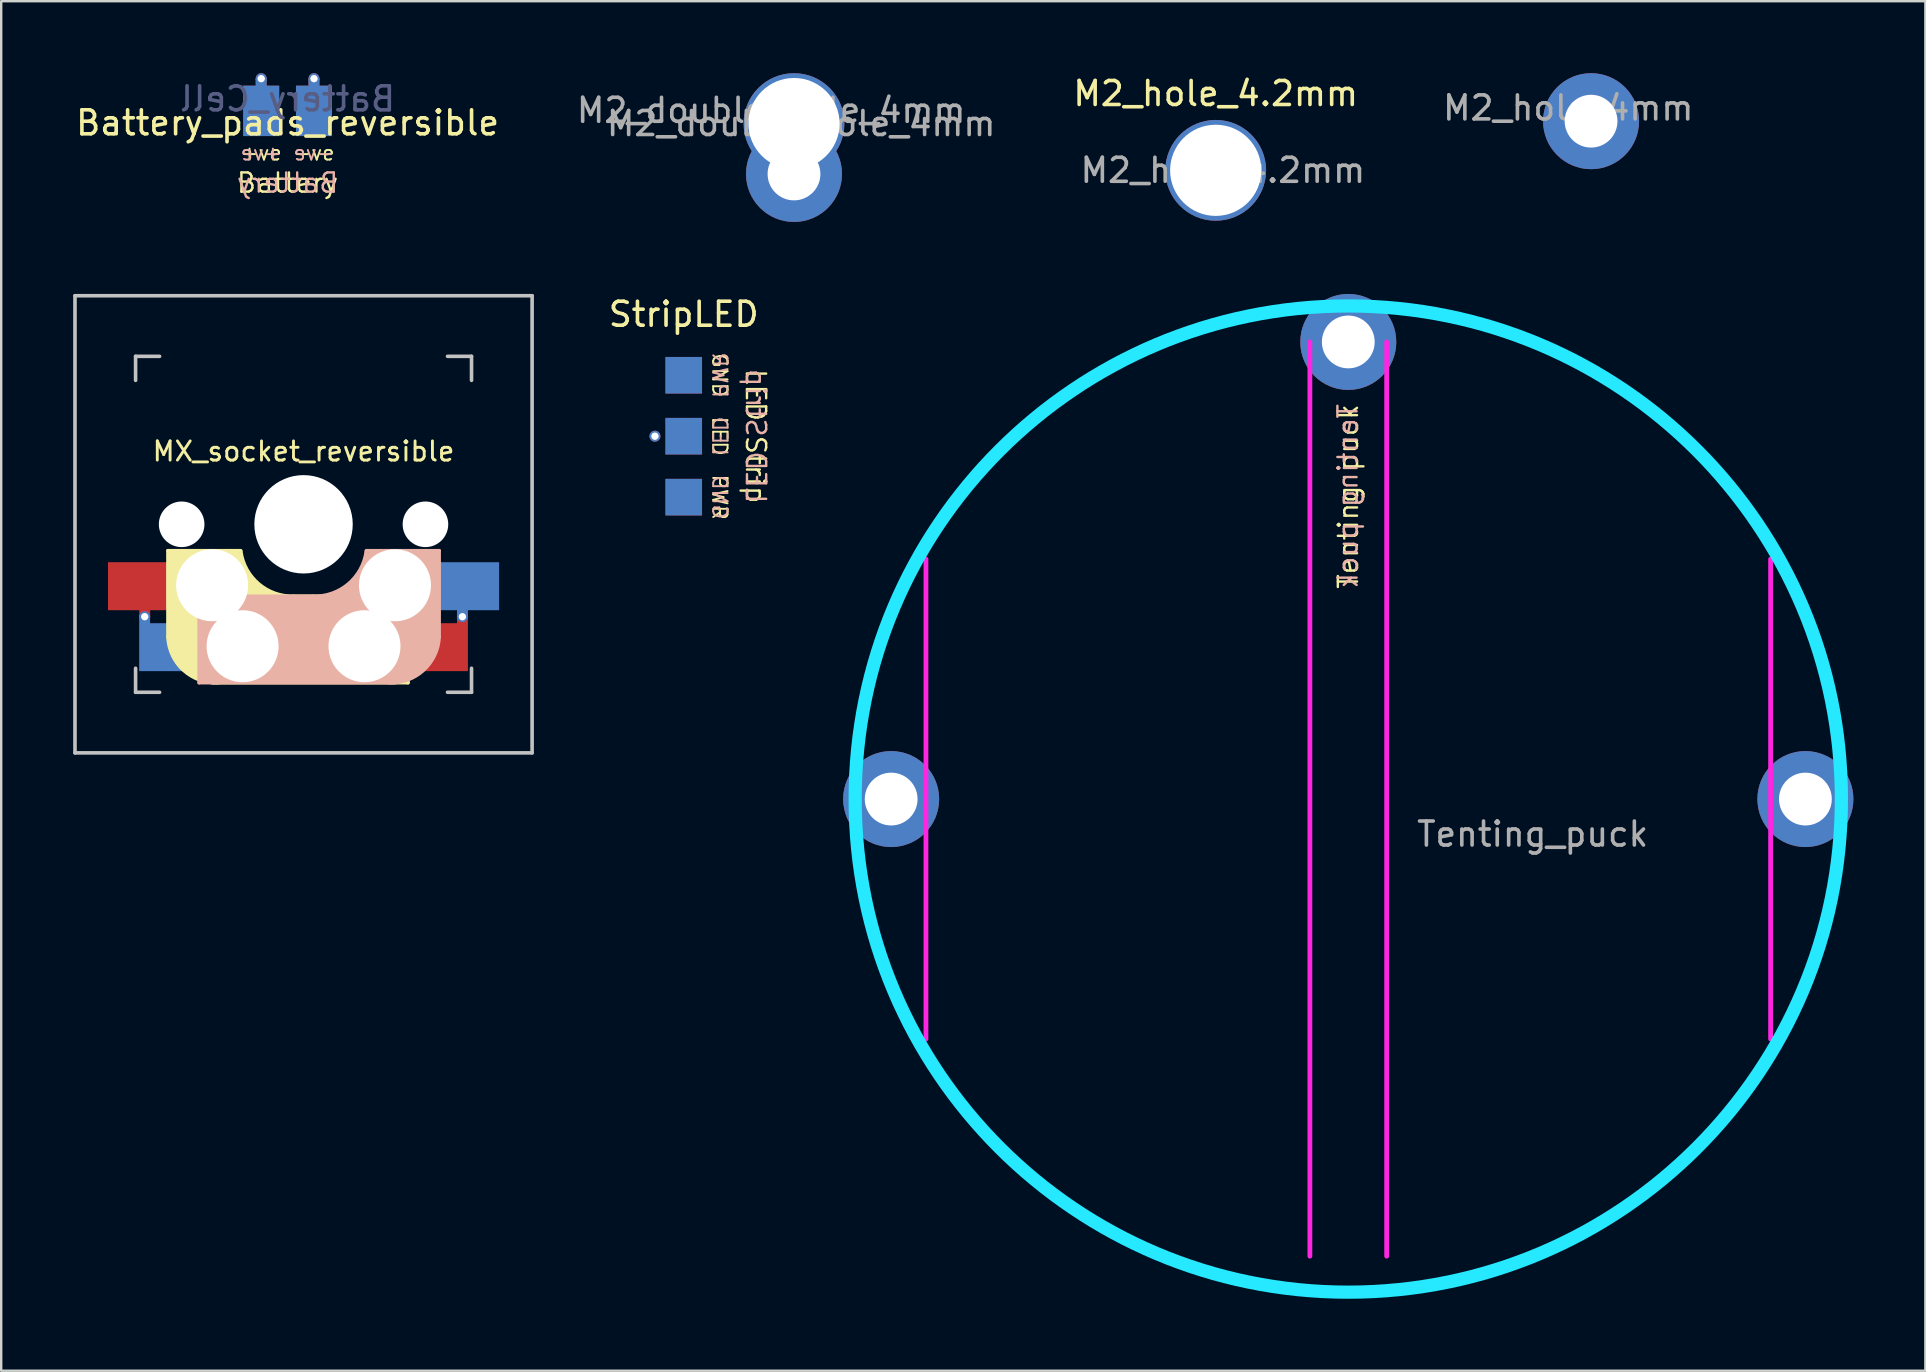
<source format=kicad_pcb>
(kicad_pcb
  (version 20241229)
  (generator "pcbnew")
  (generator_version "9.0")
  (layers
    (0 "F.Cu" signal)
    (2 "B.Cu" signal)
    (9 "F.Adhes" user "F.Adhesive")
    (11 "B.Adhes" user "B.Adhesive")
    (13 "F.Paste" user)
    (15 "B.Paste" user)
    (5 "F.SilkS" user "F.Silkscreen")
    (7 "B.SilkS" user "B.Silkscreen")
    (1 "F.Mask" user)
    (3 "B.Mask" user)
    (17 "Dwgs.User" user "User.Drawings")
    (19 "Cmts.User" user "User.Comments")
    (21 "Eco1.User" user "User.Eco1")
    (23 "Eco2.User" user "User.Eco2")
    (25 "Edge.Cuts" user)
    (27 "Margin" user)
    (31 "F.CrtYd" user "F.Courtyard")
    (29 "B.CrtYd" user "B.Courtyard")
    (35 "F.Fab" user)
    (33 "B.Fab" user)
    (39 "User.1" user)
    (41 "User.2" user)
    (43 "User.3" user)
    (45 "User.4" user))
  (footprint "M2_hole_4.2mm"
    (layer "F.Cu")
    (at 47.613 4.048)
    (property "Reference" "M2_hole_4.2mm" (at 0 -3.2 0) (layer "F.SilkS") (effects (font (size 1 1) (thickness 0.15))))
    (fp_text user "${REFERENCE}" (at 0.3 0 0) (layer "F.Fab") (effects (font (size 1 1) (thickness 0.15))))
    (pad "" thru_hole circle (at 0 0) (size 4.2 4.2) (drill 3.8) (layers "*.Cu" "*.Mask")))
  (footprint "M2_hole_4mm"
    (layer "F.Cu")
    (at 63.256 2)
    (property "Reference" "M2_hole_4mm" (at -0.95 -0.55 0) (layer "F.Fab") (effects (font (size 1 1) (thickness 0.15))))
    (attr exclude_from_pos_files exclude_from_bom)
    (pad "" thru_hole circle (at 0 0) (size 4 4) (drill 2.2) (layers "*.Cu" "*.Mask")))
  (footprint "M2_double_hole_4mm"
    (layer "F.Cu")
    (at 30.039 2.1)
    (property "Reference" "M2_double_hole_4mm" (at -0.95 -0.55 0) (layer "F.Fab") (effects (font (size 1 1) (thickness 0.15))))
    (attr exclude_from_pos_files exclude_from_bom)
    (fp_text user "${REFERENCE}" (at 0.3 0 0) (layer "F.Fab") (effects (font (size 1 1) (thickness 0.15))))
    (pad "" thru_hole circle (at 0 0) (size 4.2 4.2) (drill 3.8) (layers "*.Cu" "*.Mask"))
    (pad "" thru_hole circle (at 0 2.1) (size 4 4) (drill 2.2) (layers "*.Cu" "*.Mask")))
  (footprint "Battery_pads_reversible"
    (layer "F.Cu")
    (at 8.935 1.57)
    (property "Reference" "Battery_pads_reversible" (at 0 0.5 180) (layer "F.SilkS") (effects (font (size 1 1) (thickness 0.15))))
    (fp_poly (pts (xy -0.401 -1) (xy -0.401 1) (xy -1.801 1) (xy -1.801 -1)) (stroke (width 0.1) (type solid)) (fill yes) (layer "F.Mask"))
    (fp_poly (pts (xy 1.8 -1) (xy 1.8 1) (xy 0.4 1) (xy 0.4 -1)) (stroke (width 0.1) (type solid)) (fill yes) (layer "F.Mask"))
    (fp_poly (pts (xy -1.8 -1) (xy -1.8 1) (xy -0.4 1) (xy -0.4 -1)) (stroke (width 0.1) (type solid)) (fill yes) (layer "B.Mask"))
    (fp_poly (pts (xy 0.4 -1) (xy 0.4 1) (xy 1.8 1) (xy 1.8 -1)) (stroke (width 0.1) (type solid)) (fill yes) (layer "B.Mask"))
    (fp_text user "-ve" (at 1.1 1.757 180) (layer "F.SilkS") (effects (font (size 0.6 0.6) (thickness 0.08))))
    (fp_text user "+ve" (at -1.1 1.757 180) (layer "F.SilkS") (effects (font (size 0.6 0.6) (thickness 0.08))))
    (fp_text user "Battery" (at 0 3 180) (layer "F.SilkS") (effects (font (size 0.8 0.8) (thickness 0.1))))
    (fp_text user "Battery" (at 0 3 180) (layer "B.SilkS") (effects (font (size 0.8 0.8) (thickness 0.1)) (justify mirror)))
    (fp_text user "-ve" (at 1.1 1.757 180) (layer "B.SilkS") (effects (font (size 0.6 0.6) (thickness 0.08)) (justify mirror)))
    (fp_text user "+ve" (at -1.1 1.757 180) (layer "B.SilkS") (effects (font (size 0.6 0.6) (thickness 0.08)) (justify mirror)))
    (fp_text user "Battery_Cell" (at 0 -0.5 180) (layer "B.Fab") (effects (font (size 1 1) (thickness 0.15)) (justify mirror)))
    (pad "1" thru_hole circle (at -1.1 -1.342) (size 0.457 0.457) (drill 0.305) (layers "*.Cu"))
    (pad "1" smd custom (at -1.1 0 180) (size 1.5 2.1) (layers "F.Cu") (options (anchor rect)) (primitives (gr_poly (pts (xy 0.179 1.335) (xy -0.177 1.335) (xy -0.177 0.762) (xy 0.179 0.762)) (width 0.1) (fill yes))))
    (pad "1" smd custom (at -1.1 0) (size 1.5 2.1) (layers "B.Cu") (options (anchor rect)) (primitives (gr_poly (pts (xy 0.177 -0.762) (xy -0.179 -0.762) (xy -0.179 -1.335) (xy 0.177 -1.335)) (width 0.1) (fill yes))))
    (pad "2" thru_hole circle (at 1.1 -1.342) (size 0.457 0.457) (drill 0.305) (layers "*.Cu"))
    (pad "2" smd custom (at 1.1 0 180) (size 1.5 2.1) (layers "F.Cu") (options (anchor rect)) (primitives (gr_poly (pts (xy 0.179 1.335) (xy -0.177 1.335) (xy -0.177 0.762) (xy 0.179 0.762)) (width 0.1) (fill yes))))
    (pad "2" smd custom (at 1.1 0) (size 1.5 2.1) (layers "B.Cu") (options (anchor rect)) (primitives (gr_poly (pts (xy 0.177 -0.762) (xy -0.179 -0.762) (xy -0.179 -1.335) (xy 0.177 -1.335)) (width 0.1) (fill yes)))))
  (footprint "StripLED"
    (layer "F.Cu")
    (at 25.444 12.588)
    (property "Reference" "StripLED" (at 0 -2.54 180) (layer "F.SilkS") (effects (font (size 1 1) (thickness 0.15))))
    (attr through_hole)
    (fp_poly (pts (xy 0.711 1.829) (xy 0.711 3.251) (xy -0.711 3.251) (xy -0.711 1.829)) (stroke (width 0.1) (type solid)) (fill yes) (layer "F.Mask"))
    (fp_poly (pts (xy 0.711 4.369) (xy 0.711 5.791) (xy -0.711 5.791) (xy -0.711 4.369)) (stroke (width 0.1) (type solid)) (fill yes) (layer "F.Mask"))
    (fp_poly (pts (xy 0.711 -0.711) (xy 0.711 0.711) (xy -0.711 0.711) (xy -0.711 -0.711)) (stroke (width 0.1) (type solid)) (fill yes) (layer "F.Mask"))
    (fp_poly (pts (xy -0.711 1.829) (xy -0.711 3.251) (xy 0.711 3.251) (xy 0.711 1.829)) (stroke (width 0.1) (type solid)) (fill yes) (layer "B.Mask"))
    (fp_poly (pts (xy -0.711 4.369) (xy -0.711 5.791) (xy 0.711 5.791) (xy 0.711 4.369)) (stroke (width 0.1) (type solid)) (fill yes) (layer "B.Mask"))
    (fp_poly (pts (xy -0.711 -0.711) (xy -0.711 0.711) (xy 0.711 0.711) (xy 0.711 -0.711)) (stroke (width 0.1) (type solid)) (fill yes) (layer "B.Mask"))
    (fp_text user "GND" (at 1.5 0 270) (unlocked yes) (layer "F.SilkS") (effects (font (size 0.6 0.6) (thickness 0.08))))
    (fp_text user "LED Strip" (at 3 2.54 270) (unlocked yes) (layer "F.SilkS") (effects (font (size 0.8 0.8) (thickness 0.1))))
    (fp_text user "PWR" (at 1.5 5.08 270) (unlocked yes) (layer "F.SilkS") (effects (font (size 0.6 0.6) (thickness 0.08))))
    (fp_text user "LED" (at 1.5 2.54 270) (unlocked yes) (layer "F.SilkS") (effects (font (size 0.6 0.6) (thickness 0.08))))
    (fp_text user "LED Strip" (at 3 2.54 270) (unlocked yes) (layer "B.SilkS") (effects (font (size 0.8 0.8) (thickness 0.1)) (justify mirror)))
    (fp_text user "PWR" (at 1.5 0 270) (unlocked yes) (layer "B.SilkS") (effects (font (size 0.6 0.6) (thickness 0.08)) (justify mirror)))
    (fp_text user "LED" (at 1.5 2.54 270) (unlocked yes) (layer "B.SilkS") (effects (font (size 0.6 0.6) (thickness 0.08)) (justify mirror)))
    (fp_text user "GND" (at 1.5 5.08 270) (unlocked yes) (layer "B.SilkS") (effects (font (size 0.6 0.6) (thickness 0.08)) (justify mirror)))
    (pad "1" smd rect (at 0 0) (size 1.524 1.524) (layers "F.Cu"))
    (pad "1" smd rect (at 0 5.08) (size 1.524 1.524) (layers "B.Cu"))
    (pad "2" thru_hole circle (at -1.2 2.54 90) (size 0.457 0.457) (drill 0.305) (layers "*.Cu"))
    (pad "2" smd rect (at 0 2.54) (size 1.524 1.524) (layers "F.Cu"))
    (pad "2" smd rect (at 0 2.54) (size 1.524 1.524) (layers "B.Cu"))
    (pad "3" smd rect (at 0 0) (size 1.524 1.524) (layers "B.Cu"))
    (pad "3" smd rect (at 0 5.08) (size 1.524 1.524) (layers "F.Cu")))
  (footprint "Tenting_puck"
    (layer "F.Cu")
    (at 53.138 30.25)
    (property "Reference" "Tenting_puck" (at 7.684 1.46 0) (layer "F.Fab") (effects (font (size 1 1) (thickness 0.15))))
    (attr through_hole)
    (fp_circle (center 0 0) (end 20.55 0) (stroke (width 0.55) (type solid)) (fill no) (layer "B.CrtYd"))
    (fp_line (start -17.6 10) (end -17.6 -10) (stroke (width 0.2) (type solid)) (layer "F.CrtYd"))
    (fp_line (start -1.6 19.05) (end -1.6 -19.05) (stroke (width 0.2) (type solid)) (layer "F.CrtYd"))
    (fp_line (start 1.6 19.05) (end 1.6 -19.05) (stroke (width 0.2) (type solid)) (layer "F.CrtYd"))
    (fp_line (start 17.6 10) (end 17.6 -10) (stroke (width 0.2) (type solid)) (layer "F.CrtYd"))
    (fp_text user "Tenting puck" (at 0 -12.609 90) (unlocked yes) (layer "F.SilkS") (effects (font (size 0.8 0.8) (thickness 0.1))))
    (fp_text user "Tenting puck" (at -0.019 -12.618 90) (unlocked yes) (layer "B.SilkS") (effects (font (size 0.8 0.8) (thickness 0.1)) (justify mirror)))
    (pad "" thru_hole circle (at -19.05 0) (size 4 4) (drill 2.2) (layers "*.Cu" "*.Mask"))
    (pad "" thru_hole circle (at 0 -19.05) (size 4 4) (drill 2.2) (layers "*.Cu" "*.Mask"))
    (pad "" thru_hole circle (at 19.05 0) (size 4 4) (drill 2.2) (layers "*.Cu" "*.Mask")))
  (footprint "MX_socket_reversible"
    (layer "F.Cu")
    (at 9.6 18.8)
    (property "Reference" "MX_socket_reversible" (at 0 -3.04 0) (layer "F.SilkS") (effects (font (size 0.8 0.8) (thickness 0.12))))
    (attr through_hole)
    (fp_poly (pts (xy -8.1 1.63) (xy -5.9 1.63) (xy -5.9 3.53) (xy -8.1 3.53)) (stroke (width 0.1) (type solid)) (fill yes) (layer "F.Mask"))
    (fp_poly (pts (xy 4.6 4.17) (xy 6.8 4.17) (xy 6.8 6.07) (xy 4.6 6.07)) (stroke (width 0.1) (type solid)) (fill yes) (layer "F.Mask"))
    (fp_poly (pts (xy -6.8 4.17) (xy -4.6 4.17) (xy -4.6 6.07) (xy -6.8 6.07)) (stroke (width 0.1) (type solid)) (fill yes) (layer "B.Mask"))
    (fp_poly (pts (xy 5.9 1.63) (xy 8.1 1.63) (xy 8.1 3.53) (xy 5.9 3.53)) (stroke (width 0.1) (type solid)) (fill yes) (layer "B.Mask"))
    (fp_line (start -5.65 1.1) (end -2.62 1.1) (stroke (width 0.15) (type solid)) (layer "F.SilkS"))
    (fp_line (start -5.65 4.7) (end -5.65 1.1) (stroke (width 0.15) (type solid)) (layer "F.SilkS"))
    (fp_line (start -5.45 1.3) (end -3 1.3) (stroke (width 0.5) (type solid)) (layer "F.SilkS"))
    (fp_line (start -5.3 1.6) (end -5.3 3.4) (stroke (width 0.8) (type solid)) (layer "F.SilkS"))
    (fp_line (start -4.17 4.8) (end -4.17 2.86) (stroke (width 3) (type solid)) (layer "F.SilkS"))
    (fp_line (start -0.4 3) (end 4.35 3) (stroke (width 0.15) (type solid)) (layer "F.SilkS"))
    (fp_line (start 2.6 4.8) (end -3.9 4.8) (stroke (width 3.5) (type solid)) (layer "F.SilkS"))
    (fp_line (start 3.9 6) (end 3.9 3.5) (stroke (width 1) (type solid)) (layer "F.SilkS"))
    (fp_line (start 4.15 3.2) (end 2.9 3.2) (stroke (width 0.5) (type solid)) (layer "F.SilkS"))
    (fp_line (start 4.2 6.4) (end 3 6.4) (stroke (width 0.4) (type solid)) (layer "F.SilkS"))
    (fp_line (start 4.35 3) (end 4.35 6.6) (stroke (width 0.15) (type solid)) (layer "F.SilkS"))
    (fp_line (start 4.35 6.6) (end -3.8 6.6) (stroke (width 0.15) (type solid)) (layer "F.SilkS"))
    (fp_arc (start -3.550001 6.6) (mid -4.993504 6.084924) (end -5.65 4.699999) (stroke (width 0.15) (type solid)) (layer "F.SilkS"))
    (fp_arc (start -0.45 3.45) (mid -2.053035 2.940257) (end -3 1.55) (stroke (width 1) (type solid)) (layer "F.SilkS"))
    (fp_arc (start -0.4 3) (mid -1.868709 2.486118) (end -2.616318 1.121471) (stroke (width 0.15) (type solid)) (layer "F.SilkS"))
    (fp_line (start -4.35 3) (end -4.35 6.6) (stroke (width 0.15) (type solid)) (layer "B.SilkS"))
    (fp_line (start -4.35 6.6) (end 3.8 6.6) (stroke (width 0.15) (type solid)) (layer "B.SilkS"))
    (fp_line (start -4.2 6.4) (end -3 6.4) (stroke (width 0.4) (type solid)) (layer "B.SilkS"))
    (fp_line (start -4.15 3.2) (end -2.9 3.2) (stroke (width 0.5) (type solid)) (layer "B.SilkS"))
    (fp_line (start -3.9 6) (end -3.9 3.5) (stroke (width 1) (type solid)) (layer "B.SilkS"))
    (fp_line (start -2.6 4.8) (end 3.8 4.8) (stroke (width 3.5) (type solid)) (layer "B.SilkS"))
    (fp_line (start 0.4 3) (end -4.35 3) (stroke (width 0.15) (type solid)) (layer "B.SilkS"))
    (fp_line (start 4.17 4.7) (end 4.17 2.86) (stroke (width 3) (type solid)) (layer "B.SilkS"))
    (fp_line (start 5.3 1.6) (end 5.3 3.4) (stroke (width 0.8) (type solid)) (layer "B.SilkS"))
    (fp_line (start 5.45 1.3) (end 3 1.3) (stroke (width 0.5) (type solid)) (layer "B.SilkS"))
    (fp_line (start 5.65 1.1) (end 2.62 1.1) (stroke (width 0.15) (type solid)) (layer "B.SilkS"))
    (fp_line (start 5.65 4.7) (end 5.65 1.1) (stroke (width 0.15) (type solid)) (layer "B.SilkS"))
    (fp_arc (start 2.616318 1.121471) (mid 1.868709 2.486118) (end 0.4 3) (stroke (width 0.15) (type solid)) (layer "B.SilkS"))
    (fp_arc (start 3.016318 1.55) (mid 2.130713 2.910207) (end 0.6 3.45) (stroke (width 1) (type solid)) (layer "B.SilkS"))
    (fp_arc (start 5.65 4.699999) (mid 4.993504 6.084924) (end 3.550001 6.6) (stroke (width 0.15) (type solid)) (layer "B.SilkS"))
    (fp_line (start -9.525 -9.525) (end 9.525 -9.525) (stroke (width 0.15) (type solid)) (layer "Dwgs.User"))
    (fp_line (start -9.525 9.525) (end -9.525 -9.525) (stroke (width 0.15) (type solid)) (layer "Dwgs.User"))
    (fp_line (start -7 -7) (end -6 -7) (stroke (width 0.15) (type solid)) (layer "Dwgs.User"))
    (fp_line (start -7 -6) (end -7 -7) (stroke (width 0.15) (type solid)) (layer "Dwgs.User"))
    (fp_line (start -7 6) (end -7 7) (stroke (width 0.15) (type solid)) (layer "Dwgs.User"))
    (fp_line (start -7 7) (end -6 7) (stroke (width 0.15) (type solid)) (layer "Dwgs.User"))
    (fp_line (start 6 7) (end 7 7) (stroke (width 0.15) (type solid)) (layer "Dwgs.User"))
    (fp_line (start 7 -7) (end 6 -7) (stroke (width 0.15) (type solid)) (layer "Dwgs.User"))
    (fp_line (start 7 -7) (end 7 -6) (stroke (width 0.15) (type solid)) (layer "Dwgs.User"))
    (fp_line (start 7 7) (end 7 6) (stroke (width 0.15) (type solid)) (layer "Dwgs.User"))
    (fp_line (start 9.525 -9.525) (end 9.525 9.525) (stroke (width 0.15) (type solid)) (layer "Dwgs.User"))
    (fp_line (start 9.525 9.525) (end -9.525 9.525) (stroke (width 0.15) (type solid)) (layer "Dwgs.User"))
    (pad "" np_thru_hole circle (at -5.08 0) (size 1.9 1.9) (drill 1.9) (layers "*.Cu" "*.Mask"))
    (pad "" np_thru_hole circle (at -3.81 2.54) (size 3 3) (drill 3) (layers "*.Cu" "*.Mask"))
    (pad "" np_thru_hole circle (at -2.54 5.08) (size 3 3) (drill 3) (layers "*.Cu" "*.Mask"))
    (pad "" np_thru_hole circle (at 0 0 90) (size 4.1 4.1) (drill 4.1) (layers "*.Cu" "*.Mask"))
    (pad "" np_thru_hole circle (at 2.54 5.08) (size 3 3) (drill 3) (layers "*.Cu" "*.Mask"))
    (pad "" np_thru_hole circle (at 3.81 2.54) (size 3 3) (drill 3) (layers "*.Cu" "*.Mask"))
    (pad "" np_thru_hole circle (at 5.08 0) (size 1.9 1.9) (drill 1.9) (layers "*.Cu" "*.Mask"))
    (pad "1" thru_hole circle (at -6.62 3.85 180) (size 0.457 0.457) (drill 0.305) (layers "*.Cu"))
    (pad "1" smd custom (at -6.488 2.58) (size 3.324 2) (layers "F.Cu") (options (anchor rect)) (primitives (gr_poly (pts (xy 0.048 1.25) (xy -0.308 1.25) (xy -0.308 0.627) (xy 0.048 0.627)) (width 0.1) (fill yes))))
    (pad "1" smd custom (at -5.203 5.12) (size 3.294 2) (layers "B.Cu") (options (anchor rect)) (primitives (gr_poly (pts (xy -1.241 -0.627) (xy -1.597 -0.627) (xy -1.597 -1.25) (xy -1.241 -1.25)) (width 0.1) (fill yes))))
    (pad "2" smd custom (at 5.203 5.12) (size 3.294 2) (layers "F.Cu") (options (anchor rect)) (primitives (gr_poly (pts (xy 1.597 -0.627) (xy 1.241 -0.627) (xy 1.241 -1.25) (xy 1.597 -1.25)) (width 0.1) (fill yes))))
    (pad "2" smd custom (at 6.488 2.58) (size 3.324 2) (layers "B.Cu") (options (anchor rect)) (primitives (gr_poly (pts (xy 0.312 1.25) (xy -0.044 1.25) (xy -0.044 0.627) (xy 0.312 0.627)) (width 0.1) (fill yes))))
    (pad "2" thru_hole circle (at 6.62 3.85) (size 0.457 0.457) (drill 0.305) (layers "*.Cu")))
  (gr_rect
    (start -3 -3)
    (end 77.188 54.075)
    (stroke (width 0.1) (type default))
    (fill no)
    (layer "Edge.Cuts")))
</source>
